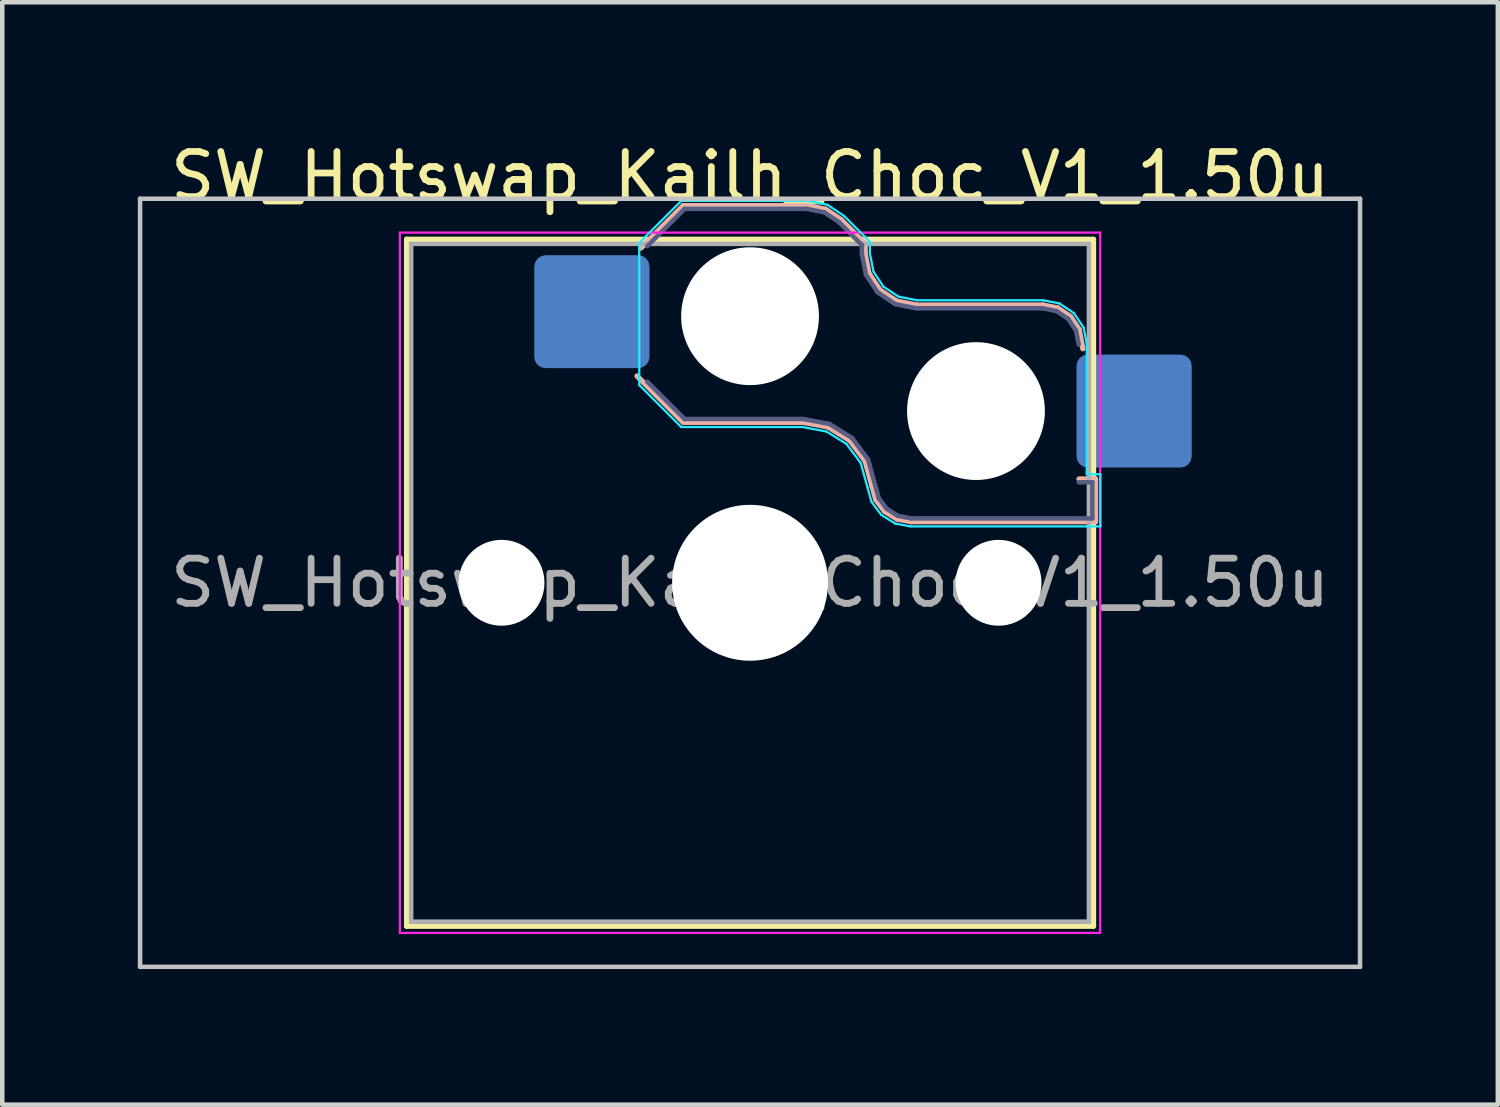
<source format=kicad_pcb>
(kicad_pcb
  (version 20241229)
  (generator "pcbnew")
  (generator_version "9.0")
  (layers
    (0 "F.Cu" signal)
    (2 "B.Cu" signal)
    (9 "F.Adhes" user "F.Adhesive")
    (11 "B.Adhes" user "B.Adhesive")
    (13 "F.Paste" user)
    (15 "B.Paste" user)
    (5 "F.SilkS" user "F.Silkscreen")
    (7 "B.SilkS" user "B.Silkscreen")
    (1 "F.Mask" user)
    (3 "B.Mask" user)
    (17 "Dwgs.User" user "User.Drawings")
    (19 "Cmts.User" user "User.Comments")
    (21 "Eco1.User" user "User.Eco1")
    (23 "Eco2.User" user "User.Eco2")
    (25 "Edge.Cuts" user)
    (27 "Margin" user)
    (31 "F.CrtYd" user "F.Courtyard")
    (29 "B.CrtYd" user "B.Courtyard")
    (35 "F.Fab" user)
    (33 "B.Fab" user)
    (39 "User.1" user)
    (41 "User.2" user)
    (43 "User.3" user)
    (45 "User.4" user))
  (footprint "SW_Hotswap_Kailh_Choc_V1_1.50u"
    (layer "F.Cu")
    (at 13.55 9.848)
    (property "Reference" "SW_Hotswap_Kailh_Choc_V1_1.50u" (at 0 -9 0) (layer "F.SilkS") (effects (font (size 1 1) (thickness 0.15))))
    (attr smd)
    (fp_line (start -7.6 -7.6) (end -7.6 7.6) (stroke (width 0.12) (type solid)) (layer "F.SilkS"))
    (fp_line (start -7.6 7.6) (end 7.6 7.6) (stroke (width 0.12) (type solid)) (layer "F.SilkS"))
    (fp_line (start 7.6 -7.6) (end -7.6 -7.6) (stroke (width 0.12) (type solid)) (layer "F.SilkS"))
    (fp_line (start 7.6 7.6) (end 7.6 -7.6) (stroke (width 0.12) (type solid)) (layer "F.SilkS"))
    (fp_line (start -2.416 -7.409) (end -1.479 -8.346) (stroke (width 0.12) (type solid)) (layer "B.SilkS"))
    (fp_line (start -1.479 -8.346) (end 1.268 -8.346) (stroke (width 0.12) (type solid)) (layer "B.SilkS"))
    (fp_line (start -1.479 -3.554) (end -2.5 -4.575) (stroke (width 0.12) (type solid)) (layer "B.SilkS"))
    (fp_line (start 1.168 -3.554) (end -1.479 -3.554) (stroke (width 0.12) (type solid)) (layer "B.SilkS"))
    (fp_line (start 1.268 -8.346) (end 1.671 -8.266) (stroke (width 0.12) (type solid)) (layer "B.SilkS"))
    (fp_line (start 1.671 -8.266) (end 2.013 -8.037) (stroke (width 0.12) (type solid)) (layer "B.SilkS"))
    (fp_line (start 1.73 -3.449) (end 1.168 -3.554) (stroke (width 0.12) (type solid)) (layer "B.SilkS"))
    (fp_line (start 2.013 -8.037) (end 2.546 -7.504) (stroke (width 0.12) (type solid)) (layer "B.SilkS"))
    (fp_line (start 2.209 -3.15) (end 1.73 -3.449) (stroke (width 0.12) (type solid)) (layer "B.SilkS"))
    (fp_line (start 2.546 -7.504) (end 2.546 -7.282) (stroke (width 0.12) (type solid)) (layer "B.SilkS"))
    (fp_line (start 2.546 -7.282) (end 2.633 -6.844) (stroke (width 0.12) (type solid)) (layer "B.SilkS"))
    (fp_line (start 2.547 -2.697) (end 2.209 -3.15) (stroke (width 0.12) (type solid)) (layer "B.SilkS"))
    (fp_line (start 2.633 -6.844) (end 2.877 -6.477) (stroke (width 0.12) (type solid)) (layer "B.SilkS"))
    (fp_line (start 2.701 -2.139) (end 2.547 -2.697) (stroke (width 0.12) (type solid)) (layer "B.SilkS"))
    (fp_line (start 2.783 -1.841) (end 2.701 -2.139) (stroke (width 0.12) (type solid)) (layer "B.SilkS"))
    (fp_line (start 2.877 -6.477) (end 3.244 -6.233) (stroke (width 0.12) (type solid)) (layer "B.SilkS"))
    (fp_line (start 2.976 -1.583) (end 2.783 -1.841) (stroke (width 0.12) (type solid)) (layer "B.SilkS"))
    (fp_line (start 3.244 -6.233) (end 3.682 -6.146) (stroke (width 0.12) (type solid)) (layer "B.SilkS"))
    (fp_line (start 3.25 -1.413) (end 2.976 -1.583) (stroke (width 0.12) (type solid)) (layer "B.SilkS"))
    (fp_line (start 3.56 -1.354) (end 3.25 -1.413) (stroke (width 0.12) (type solid)) (layer "B.SilkS"))
    (fp_line (start 3.682 -6.146) (end 6.482 -6.146) (stroke (width 0.12) (type solid)) (layer "B.SilkS"))
    (fp_line (start 6.482 -6.146) (end 6.809 -6.081) (stroke (width 0.12) (type solid)) (layer "B.SilkS"))
    (fp_line (start 6.809 -6.081) (end 7.092 -5.892) (stroke (width 0.12) (type solid)) (layer "B.SilkS"))
    (fp_line (start 7.092 -5.892) (end 7.281 -5.609) (stroke (width 0.12) (type solid)) (layer "B.SilkS"))
    (fp_line (start 7.281 -5.609) (end 7.366 -5.182) (stroke (width 0.12) (type solid)) (layer "B.SilkS"))
    (fp_line (start 7.283 -2.296) (end 7.646 -2.296) (stroke (width 0.12) (type solid)) (layer "B.SilkS"))
    (fp_line (start 7.646 -2.296) (end 7.646 -1.354) (stroke (width 0.12) (type solid)) (layer "B.SilkS"))
    (fp_line (start 7.646 -1.354) (end 3.56 -1.354) (stroke (width 0.12) (type solid)) (layer "B.SilkS"))
    (fp_line (start -13.5 -8.5) (end -13.5 8.5) (stroke (width 0.1) (type solid)) (layer "Dwgs.User"))
    (fp_line (start -13.5 8.5) (end 13.5 8.5) (stroke (width 0.1) (type solid)) (layer "Dwgs.User"))
    (fp_line (start 13.5 -8.5) (end -13.5 -8.5) (stroke (width 0.1) (type solid)) (layer "Dwgs.User"))
    (fp_line (start 13.5 8.5) (end 13.5 -8.5) (stroke (width 0.1) (type solid)) (layer "Dwgs.User"))
    (fp_line (start -7.25 -7.25) (end -7.25 7.25) (stroke (width 0.1) (type solid)) (layer "Eco1.User"))
    (fp_line (start -7.25 7.25) (end 7.25 7.25) (stroke (width 0.1) (type solid)) (layer "Eco1.User"))
    (fp_line (start 7.25 -7.25) (end -7.25 -7.25) (stroke (width 0.1) (type solid)) (layer "Eco1.User"))
    (fp_line (start 7.25 7.25) (end 7.25 -7.25) (stroke (width 0.1) (type solid)) (layer "Eco1.User"))
    (fp_line (start -2.452 -7.523) (end -1.523 -8.452) (stroke (width 0.05) (type solid)) (layer "B.CrtYd"))
    (fp_line (start -2.452 -4.377) (end -2.452 -7.523) (stroke (width 0.05) (type solid)) (layer "B.CrtYd"))
    (fp_line (start -1.523 -8.452) (end 1.278 -8.452) (stroke (width 0.05) (type solid)) (layer "B.CrtYd"))
    (fp_line (start -1.523 -3.448) (end -2.452 -4.377) (stroke (width 0.05) (type solid)) (layer "B.CrtYd"))
    (fp_line (start 1.159 -3.448) (end -1.523 -3.448) (stroke (width 0.05) (type solid)) (layer "B.CrtYd"))
    (fp_line (start 1.278 -8.452) (end 1.712 -8.366) (stroke (width 0.05) (type solid)) (layer "B.CrtYd"))
    (fp_line (start 1.691 -3.348) (end 1.159 -3.448) (stroke (width 0.05) (type solid)) (layer "B.CrtYd"))
    (fp_line (start 1.712 -8.366) (end 2.081 -8.119) (stroke (width 0.05) (type solid)) (layer "B.CrtYd"))
    (fp_line (start 2.081 -8.119) (end 2.652 -7.548) (stroke (width 0.05) (type solid)) (layer "B.CrtYd"))
    (fp_line (start 2.136 -3.071) (end 1.691 -3.348) (stroke (width 0.05) (type solid)) (layer "B.CrtYd"))
    (fp_line (start 2.45 -2.65) (end 2.136 -3.071) (stroke (width 0.05) (type solid)) (layer "B.CrtYd"))
    (fp_line (start 2.599 -2.111) (end 2.45 -2.65) (stroke (width 0.05) (type solid)) (layer "B.CrtYd"))
    (fp_line (start 2.652 -7.548) (end 2.652 -7.292) (stroke (width 0.05) (type solid)) (layer "B.CrtYd"))
    (fp_line (start 2.652 -7.292) (end 2.733 -6.885) (stroke (width 0.05) (type solid)) (layer "B.CrtYd"))
    (fp_line (start 2.687 -1.794) (end 2.599 -2.111) (stroke (width 0.05) (type solid)) (layer "B.CrtYd"))
    (fp_line (start 2.733 -6.885) (end 2.953 -6.553) (stroke (width 0.05) (type solid)) (layer "B.CrtYd"))
    (fp_line (start 2.903 -1.503) (end 2.687 -1.794) (stroke (width 0.05) (type solid)) (layer "B.CrtYd"))
    (fp_line (start 2.953 -6.553) (end 3.285 -6.333) (stroke (width 0.05) (type solid)) (layer "B.CrtYd"))
    (fp_line (start 3.211 -1.312) (end 2.903 -1.503) (stroke (width 0.05) (type solid)) (layer "B.CrtYd"))
    (fp_line (start 3.285 -6.333) (end 3.692 -6.252) (stroke (width 0.05) (type solid)) (layer "B.CrtYd"))
    (fp_line (start 3.55 -1.248) (end 3.211 -1.312) (stroke (width 0.05) (type solid)) (layer "B.CrtYd"))
    (fp_line (start 3.692 -6.252) (end 6.492 -6.252) (stroke (width 0.05) (type solid)) (layer "B.CrtYd"))
    (fp_line (start 6.492 -6.252) (end 6.85 -6.181) (stroke (width 0.05) (type solid)) (layer "B.CrtYd"))
    (fp_line (start 6.85 -6.181) (end 7.168 -5.968) (stroke (width 0.05) (type solid)) (layer "B.CrtYd"))
    (fp_line (start 7.168 -5.968) (end 7.381 -5.65) (stroke (width 0.05) (type solid)) (layer "B.CrtYd"))
    (fp_line (start 7.381 -5.65) (end 7.452 -5.292) (stroke (width 0.05) (type solid)) (layer "B.CrtYd"))
    (fp_line (start 7.452 -5.292) (end 7.452 -2.402) (stroke (width 0.05) (type solid)) (layer "B.CrtYd"))
    (fp_line (start 7.452 -2.402) (end 7.752 -2.402) (stroke (width 0.05) (type solid)) (layer "B.CrtYd"))
    (fp_line (start 7.752 -2.402) (end 7.752 -1.248) (stroke (width 0.05) (type solid)) (layer "B.CrtYd"))
    (fp_line (start 7.752 -1.248) (end 3.55 -1.248) (stroke (width 0.05) (type solid)) (layer "B.CrtYd"))
    (fp_line (start -7.75 -7.75) (end -7.75 7.75) (stroke (width 0.05) (type solid)) (layer "F.CrtYd"))
    (fp_line (start -7.75 7.75) (end 7.75 7.75) (stroke (width 0.05) (type solid)) (layer "F.CrtYd"))
    (fp_line (start 7.75 -7.75) (end -7.75 -7.75) (stroke (width 0.05) (type solid)) (layer "F.CrtYd"))
    (fp_line (start 7.75 7.75) (end 7.75 -7.75) (stroke (width 0.05) (type solid)) (layer "F.CrtYd"))
    (fp_line (start -2.275 -7.45) (end -1.45 -8.275) (stroke (width 0.1) (type solid)) (layer "B.Fab"))
    (fp_line (start -1.45 -8.275) (end 1.261 -8.275) (stroke (width 0.1) (type solid)) (layer "B.Fab"))
    (fp_line (start -1.45 -3.625) (end -2.275 -4.45) (stroke (width 0.1) (type solid)) (layer "B.Fab"))
    (fp_line (start 1.175 -3.625) (end -1.45 -3.625) (stroke (width 0.1) (type solid)) (layer "B.Fab"))
    (fp_line (start 1.261 -8.275) (end 1.643 -8.199) (stroke (width 0.1) (type solid)) (layer "B.Fab"))
    (fp_line (start 1.643 -8.199) (end 1.968 -7.982) (stroke (width 0.1) (type solid)) (layer "B.Fab"))
    (fp_line (start 1.756 -3.516) (end 1.175 -3.625) (stroke (width 0.1) (type solid)) (layer "B.Fab"))
    (fp_line (start 1.968 -7.982) (end 2.475 -7.475) (stroke (width 0.1) (type solid)) (layer "B.Fab"))
    (fp_line (start 2.258 -3.203) (end 1.756 -3.516) (stroke (width 0.1) (type solid)) (layer "B.Fab"))
    (fp_line (start 2.475 -7.475) (end 2.475 -7.275) (stroke (width 0.1) (type solid)) (layer "B.Fab"))
    (fp_line (start 2.475 -7.275) (end 2.566 -6.816) (stroke (width 0.1) (type solid)) (layer "B.Fab"))
    (fp_line (start 2.566 -6.816) (end 2.826 -6.426) (stroke (width 0.1) (type solid)) (layer "B.Fab"))
    (fp_line (start 2.612 -2.729) (end 2.258 -3.203) (stroke (width 0.1) (type solid)) (layer "B.Fab"))
    (fp_line (start 2.769 -2.158) (end 2.612 -2.729) (stroke (width 0.1) (type solid)) (layer "B.Fab"))
    (fp_line (start 2.826 -6.426) (end 3.216 -6.166) (stroke (width 0.1) (type solid)) (layer "B.Fab"))
    (fp_line (start 2.848 -1.873) (end 2.769 -2.158) (stroke (width 0.1) (type solid)) (layer "B.Fab"))
    (fp_line (start 3.025 -1.636) (end 2.848 -1.873) (stroke (width 0.1) (type solid)) (layer "B.Fab"))
    (fp_line (start 3.216 -6.166) (end 3.675 -6.075) (stroke (width 0.1) (type solid)) (layer "B.Fab"))
    (fp_line (start 3.276 -1.48) (end 3.025 -1.636) (stroke (width 0.1) (type solid)) (layer "B.Fab"))
    (fp_line (start 3.567 -1.425) (end 3.276 -1.48) (stroke (width 0.1) (type solid)) (layer "B.Fab"))
    (fp_line (start 3.675 -6.075) (end 6.475 -6.075) (stroke (width 0.1) (type solid)) (layer "B.Fab"))
    (fp_line (start 6.475 -6.075) (end 6.781 -6.014) (stroke (width 0.1) (type solid)) (layer "B.Fab"))
    (fp_line (start 6.781 -6.014) (end 7.041 -5.841) (stroke (width 0.1) (type solid)) (layer "B.Fab"))
    (fp_line (start 7.041 -5.841) (end 7.214 -5.581) (stroke (width 0.1) (type solid)) (layer "B.Fab"))
    (fp_line (start 7.214 -5.581) (end 7.275 -5.275) (stroke (width 0.1) (type solid)) (layer "B.Fab"))
    (fp_line (start 7.275 -2.225) (end 7.575 -2.225) (stroke (width 0.1) (type solid)) (layer "B.Fab"))
    (fp_line (start 7.575 -2.225) (end 7.575 -1.425) (stroke (width 0.1) (type solid)) (layer "B.Fab"))
    (fp_line (start 7.575 -1.425) (end 3.567 -1.425) (stroke (width 0.1) (type solid)) (layer "B.Fab"))
    (fp_line (start -7.5 -7.5) (end -7.5 7.5) (stroke (width 0.1) (type solid)) (layer "F.Fab"))
    (fp_line (start -7.5 7.5) (end 7.5 7.5) (stroke (width 0.1) (type solid)) (layer "F.Fab"))
    (fp_line (start 7.5 -7.5) (end -7.5 -7.5) (stroke (width 0.1) (type solid)) (layer "F.Fab"))
    (fp_line (start 7.5 7.5) (end 7.5 -7.5) (stroke (width 0.1) (type solid)) (layer "F.Fab"))
    (fp_text user "${REFERENCE}" (at 0 0 0) (layer "F.Fab") (effects (font (size 1 1) (thickness 0.15))))
    (pad "" np_thru_hole circle (at -5.5 0) (size 1.9 1.9) (drill 1.9) (layers "*.Cu" "*.Mask"))
    (pad "" np_thru_hole circle (at 0 -5.9) (size 3.05 3.05) (drill 3.05) (layers "*.Cu" "*.Mask"))
    (pad "" np_thru_hole circle (at 0 0) (size 3.45 3.45) (drill 3.45) (layers "*.Cu" "*.Mask"))
    (pad "" np_thru_hole circle (at 5 -3.8) (size 3.05 3.05) (drill 3.05) (layers "*.Cu" "*.Mask"))
    (pad "" np_thru_hole circle (at 5.5 0) (size 1.9 1.9) (drill 1.9) (layers "*.Cu" "*.Mask"))
    (pad "1" smd roundrect (at -3.5 -6) (size 2.55 2.5) (layers "B.Cu" "B.Mask" "B.Paste") (roundrect_rratio 0.1))
    (pad "2" smd roundrect (at 8.5 -3.8) (size 2.55 2.5) (layers "B.Cu" "B.Mask" "B.Paste") (roundrect_rratio 0.1)))
  (gr_rect
    (start -3 -3)
    (end 30.1 21.398)
    (stroke (width 0.1) (type default))
    (fill no)
    (layer "Edge.Cuts")))
</source>
